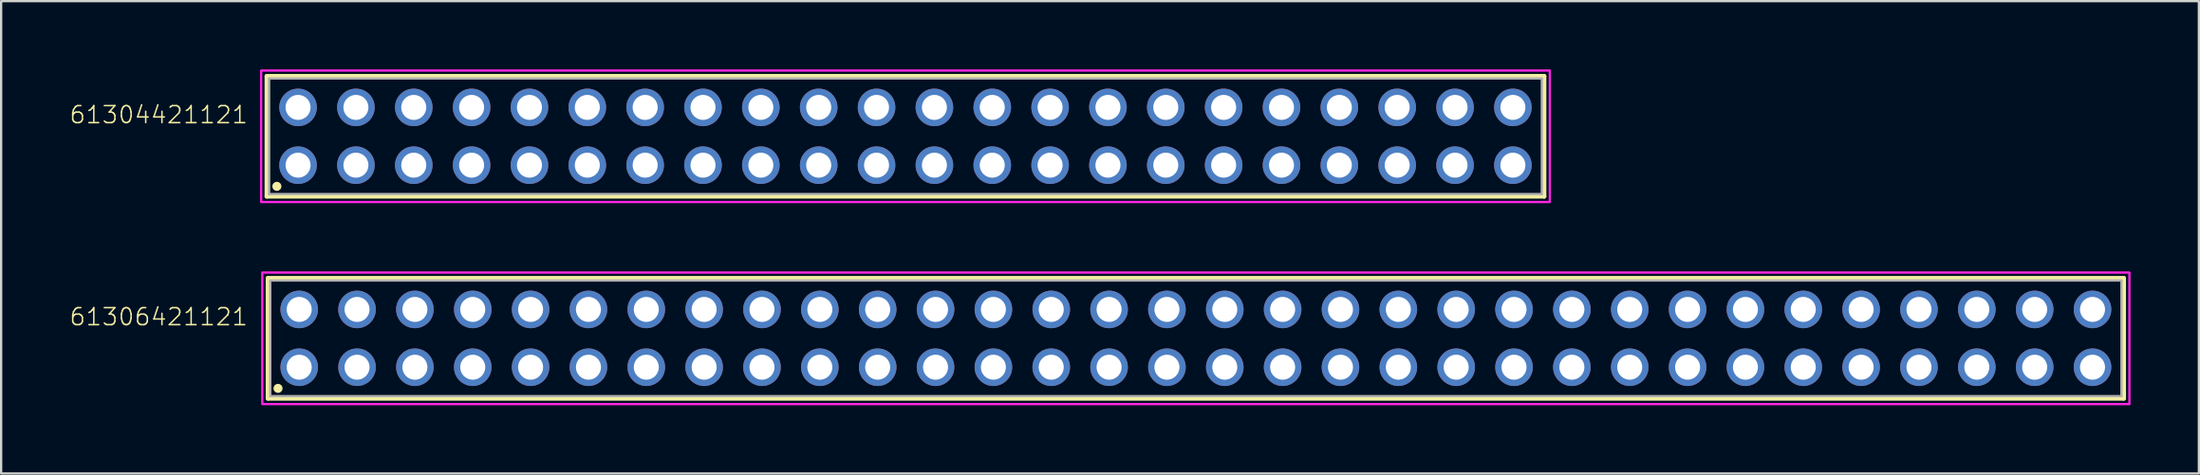
<source format=kicad_pcb>
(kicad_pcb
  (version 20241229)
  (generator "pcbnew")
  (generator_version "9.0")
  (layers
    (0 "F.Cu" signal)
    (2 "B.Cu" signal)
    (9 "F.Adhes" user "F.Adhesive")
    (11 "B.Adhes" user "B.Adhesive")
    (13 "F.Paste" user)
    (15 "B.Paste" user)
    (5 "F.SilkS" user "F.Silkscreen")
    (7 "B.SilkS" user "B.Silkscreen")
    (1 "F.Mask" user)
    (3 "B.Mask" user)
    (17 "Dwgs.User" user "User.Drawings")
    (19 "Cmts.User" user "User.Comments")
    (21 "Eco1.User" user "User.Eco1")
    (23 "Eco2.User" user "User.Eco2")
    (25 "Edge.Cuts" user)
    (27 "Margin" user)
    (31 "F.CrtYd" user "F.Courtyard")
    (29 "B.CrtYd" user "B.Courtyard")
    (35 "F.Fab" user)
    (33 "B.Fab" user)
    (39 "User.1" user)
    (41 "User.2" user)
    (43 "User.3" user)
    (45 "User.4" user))
  (footprint "61304421121"
    (layer "F.Cu")
    (at 36.707 2.94)
    (property "Reference" "61304421121" (at -28.828 -0.506 0) (unlocked yes) (layer "F.SilkS") (effects (font (size 0.748 0.748) (thickness 0.065)) (justify right bottom)))
    (fp_line (start -28.04 -2.64) (end 28.04 -2.64) (stroke (width 0.2) (type solid)) (layer "F.SilkS"))
    (fp_line (start -28.04 2.64) (end -28.04 -2.64) (stroke (width 0.2) (type solid)) (layer "F.SilkS"))
    (fp_line (start 28.04 -2.64) (end 28.04 2.64) (stroke (width 0.2) (type solid)) (layer "F.SilkS"))
    (fp_line (start 28.04 2.64) (end -28.04 2.64) (stroke (width 0.2) (type solid)) (layer "F.SilkS"))
    (fp_circle (center -27.6 2.2) (end -27.5 2.2) (stroke (width 0.2) (type solid)) (fill no) (layer "F.SilkS"))
    (fp_poly (pts (xy 28.29 2.89) (xy -28.29 2.89) (xy -28.29 -2.89) (xy 28.29 -2.89)) (stroke (width 0.1) (type default)) (fill no) (layer "F.CrtYd"))
    (fp_line (start -27.94 -2.54) (end 27.94 -2.54) (stroke (width 0.1) (type solid)) (layer "F.Fab"))
    (fp_line (start -27.94 2.54) (end -27.94 -2.54) (stroke (width 0.1) (type solid)) (layer "F.Fab"))
    (fp_line (start 27.94 -2.54) (end 27.94 2.54) (stroke (width 0.1) (type solid)) (layer "F.Fab"))
    (fp_line (start 27.94 2.54) (end -27.94 2.54) (stroke (width 0.1) (type solid)) (layer "F.Fab"))
    (pad "1" thru_hole circle (at -26.67 1.27 90) (size 1.65 1.65) (drill 1.1) (layers "*.Cu" "*.Mask"))
    (pad "2" thru_hole circle (at -26.67 -1.27 270) (size 1.65 1.65) (drill 1.1) (layers "*.Cu" "*.Mask"))
    (pad "3" thru_hole circle (at -24.13 1.27 90) (size 1.65 1.65) (drill 1.1) (layers "*.Cu" "*.Mask"))
    (pad "4" thru_hole circle (at -24.13 -1.27 270) (size 1.65 1.65) (drill 1.1) (layers "*.Cu" "*.Mask"))
    (pad "5" thru_hole circle (at -21.59 1.27 90) (size 1.65 1.65) (drill 1.1) (layers "*.Cu" "*.Mask"))
    (pad "6" thru_hole circle (at -21.59 -1.27 270) (size 1.65 1.65) (drill 1.1) (layers "*.Cu" "*.Mask"))
    (pad "7" thru_hole circle (at -19.05 1.27 90) (size 1.65 1.65) (drill 1.1) (layers "*.Cu" "*.Mask"))
    (pad "8" thru_hole circle (at -19.05 -1.27 270) (size 1.65 1.65) (drill 1.1) (layers "*.Cu" "*.Mask"))
    (pad "9" thru_hole circle (at -16.51 1.27 90) (size 1.65 1.65) (drill 1.1) (layers "*.Cu" "*.Mask"))
    (pad "10" thru_hole circle (at -16.51 -1.27 270) (size 1.65 1.65) (drill 1.1) (layers "*.Cu" "*.Mask"))
    (pad "11" thru_hole circle (at -13.97 1.27 90) (size 1.65 1.65) (drill 1.1) (layers "*.Cu" "*.Mask"))
    (pad "12" thru_hole circle (at -13.97 -1.27 270) (size 1.65 1.65) (drill 1.1) (layers "*.Cu" "*.Mask"))
    (pad "13" thru_hole circle (at -11.43 1.27 90) (size 1.65 1.65) (drill 1.1) (layers "*.Cu" "*.Mask"))
    (pad "14" thru_hole circle (at -11.43 -1.27 270) (size 1.65 1.65) (drill 1.1) (layers "*.Cu" "*.Mask"))
    (pad "15" thru_hole circle (at -8.89 1.27 90) (size 1.65 1.65) (drill 1.1) (layers "*.Cu" "*.Mask"))
    (pad "16" thru_hole circle (at -8.89 -1.27 270) (size 1.65 1.65) (drill 1.1) (layers "*.Cu" "*.Mask"))
    (pad "17" thru_hole circle (at -6.35 1.27 90) (size 1.65 1.65) (drill 1.1) (layers "*.Cu" "*.Mask"))
    (pad "18" thru_hole circle (at -6.35 -1.27 270) (size 1.65 1.65) (drill 1.1) (layers "*.Cu" "*.Mask"))
    (pad "19" thru_hole circle (at -3.81 1.27 90) (size 1.65 1.65) (drill 1.1) (layers "*.Cu" "*.Mask"))
    (pad "20" thru_hole circle (at -3.81 -1.27 270) (size 1.65 1.65) (drill 1.1) (layers "*.Cu" "*.Mask"))
    (pad "21" thru_hole circle (at -1.27 1.27 90) (size 1.65 1.65) (drill 1.1) (layers "*.Cu" "*.Mask"))
    (pad "22" thru_hole circle (at -1.27 -1.27 270) (size 1.65 1.65) (drill 1.1) (layers "*.Cu" "*.Mask"))
    (pad "23" thru_hole circle (at 1.27 1.27 90) (size 1.65 1.65) (drill 1.1) (layers "*.Cu" "*.Mask"))
    (pad "24" thru_hole circle (at 1.27 -1.27 270) (size 1.65 1.65) (drill 1.1) (layers "*.Cu" "*.Mask"))
    (pad "25" thru_hole circle (at 3.81 1.27 90) (size 1.65 1.65) (drill 1.1) (layers "*.Cu" "*.Mask"))
    (pad "26" thru_hole circle (at 3.81 -1.27 270) (size 1.65 1.65) (drill 1.1) (layers "*.Cu" "*.Mask"))
    (pad "27" thru_hole circle (at 6.35 1.27 90) (size 1.65 1.65) (drill 1.1) (layers "*.Cu" "*.Mask"))
    (pad "28" thru_hole circle (at 6.35 -1.27 270) (size 1.65 1.65) (drill 1.1) (layers "*.Cu" "*.Mask"))
    (pad "29" thru_hole circle (at 8.89 1.27 90) (size 1.65 1.65) (drill 1.1) (layers "*.Cu" "*.Mask"))
    (pad "30" thru_hole circle (at 8.89 -1.27 270) (size 1.65 1.65) (drill 1.1) (layers "*.Cu" "*.Mask"))
    (pad "31" thru_hole circle (at 11.43 1.27 90) (size 1.65 1.65) (drill 1.1) (layers "*.Cu" "*.Mask"))
    (pad "32" thru_hole circle (at 11.43 -1.27 270) (size 1.65 1.65) (drill 1.1) (layers "*.Cu" "*.Mask"))
    (pad "33" thru_hole circle (at 13.97 1.27 90) (size 1.65 1.65) (drill 1.1) (layers "*.Cu" "*.Mask"))
    (pad "34" thru_hole circle (at 13.97 -1.27 270) (size 1.65 1.65) (drill 1.1) (layers "*.Cu" "*.Mask"))
    (pad "35" thru_hole circle (at 16.51 1.27 90) (size 1.65 1.65) (drill 1.1) (layers "*.Cu" "*.Mask"))
    (pad "36" thru_hole circle (at 16.51 -1.27 270) (size 1.65 1.65) (drill 1.1) (layers "*.Cu" "*.Mask"))
    (pad "37" thru_hole circle (at 19.05 1.27 90) (size 1.65 1.65) (drill 1.1) (layers "*.Cu" "*.Mask"))
    (pad "38" thru_hole circle (at 19.05 -1.27 270) (size 1.65 1.65) (drill 1.1) (layers "*.Cu" "*.Mask"))
    (pad "39" thru_hole circle (at 21.59 1.27 90) (size 1.65 1.65) (drill 1.1) (layers "*.Cu" "*.Mask"))
    (pad "40" thru_hole circle (at 21.59 -1.27 270) (size 1.65 1.65) (drill 1.1) (layers "*.Cu" "*.Mask"))
    (pad "41" thru_hole circle (at 24.13 1.27 90) (size 1.65 1.65) (drill 1.1) (layers "*.Cu" "*.Mask"))
    (pad "42" thru_hole circle (at 24.13 -1.27 270) (size 1.65 1.65) (drill 1.1) (layers "*.Cu" "*.Mask"))
    (pad "43" thru_hole circle (at 26.67 1.27 90) (size 1.65 1.65) (drill 1.1) (layers "*.Cu" "*.Mask"))
    (pad "44" thru_hole circle (at 26.67 -1.27 270) (size 1.65 1.65) (drill 1.1) (layers "*.Cu" "*.Mask")))
  (footprint "61306421121"
    (layer "F.Cu")
    (at 49.457 11.82)
    (property "Reference" "61306421121" (at -41.578 -0.506 0) (unlocked yes) (layer "F.SilkS") (effects (font (size 0.748 0.748) (thickness 0.065)) (justify right bottom)))
    (fp_line (start -40.74 -2.64) (end 40.74 -2.64) (stroke (width 0.2) (type solid)) (layer "F.SilkS"))
    (fp_line (start -40.74 2.64) (end -40.74 -2.64) (stroke (width 0.2) (type solid)) (layer "F.SilkS"))
    (fp_line (start 40.74 -2.64) (end 40.74 2.64) (stroke (width 0.2) (type solid)) (layer "F.SilkS"))
    (fp_line (start 40.74 2.64) (end -40.74 2.64) (stroke (width 0.2) (type solid)) (layer "F.SilkS"))
    (fp_circle (center -40.3 2.2) (end -40.2 2.2) (stroke (width 0.2) (type solid)) (fill no) (layer "F.SilkS"))
    (fp_poly (pts (xy 40.99 2.89) (xy -40.99 2.89) (xy -40.99 -2.89) (xy 40.99 -2.89)) (stroke (width 0.1) (type default)) (fill no) (layer "F.CrtYd"))
    (fp_line (start -40.64 -2.54) (end 40.64 -2.54) (stroke (width 0.1) (type solid)) (layer "F.Fab"))
    (fp_line (start -40.64 2.54) (end -40.64 -2.54) (stroke (width 0.1) (type solid)) (layer "F.Fab"))
    (fp_line (start 40.64 -2.54) (end 40.64 2.54) (stroke (width 0.1) (type solid)) (layer "F.Fab"))
    (fp_line (start 40.64 2.54) (end -40.64 2.54) (stroke (width 0.1) (type solid)) (layer "F.Fab"))
    (pad "1" thru_hole circle (at -39.37 1.27 180) (size 1.65 1.65) (drill 1.1) (layers "*.Cu" "*.Mask"))
    (pad "2" thru_hole circle (at -39.37 -1.27 180) (size 1.65 1.65) (drill 1.1) (layers "*.Cu" "*.Mask"))
    (pad "3" thru_hole circle (at -36.83 1.27 180) (size 1.65 1.65) (drill 1.1) (layers "*.Cu" "*.Mask"))
    (pad "4" thru_hole circle (at -36.83 -1.27 180) (size 1.65 1.65) (drill 1.1) (layers "*.Cu" "*.Mask"))
    (pad "5" thru_hole circle (at -34.29 1.27 180) (size 1.65 1.65) (drill 1.1) (layers "*.Cu" "*.Mask"))
    (pad "6" thru_hole circle (at -34.29 -1.27 180) (size 1.65 1.65) (drill 1.1) (layers "*.Cu" "*.Mask"))
    (pad "7" thru_hole circle (at -31.75 1.27 180) (size 1.65 1.65) (drill 1.1) (layers "*.Cu" "*.Mask"))
    (pad "8" thru_hole circle (at -31.75 -1.27 180) (size 1.65 1.65) (drill 1.1) (layers "*.Cu" "*.Mask"))
    (pad "9" thru_hole circle (at -29.21 1.27 180) (size 1.65 1.65) (drill 1.1) (layers "*.Cu" "*.Mask"))
    (pad "10" thru_hole circle (at -29.21 -1.27 180) (size 1.65 1.65) (drill 1.1) (layers "*.Cu" "*.Mask"))
    (pad "11" thru_hole circle (at -26.67 1.27 180) (size 1.65 1.65) (drill 1.1) (layers "*.Cu" "*.Mask"))
    (pad "12" thru_hole circle (at -26.67 -1.27 180) (size 1.65 1.65) (drill 1.1) (layers "*.Cu" "*.Mask"))
    (pad "13" thru_hole circle (at -24.13 1.27 180) (size 1.65 1.65) (drill 1.1) (layers "*.Cu" "*.Mask"))
    (pad "14" thru_hole circle (at -24.13 -1.27 180) (size 1.65 1.65) (drill 1.1) (layers "*.Cu" "*.Mask"))
    (pad "15" thru_hole circle (at -21.59 1.27 180) (size 1.65 1.65) (drill 1.1) (layers "*.Cu" "*.Mask"))
    (pad "16" thru_hole circle (at -21.59 -1.27 180) (size 1.65 1.65) (drill 1.1) (layers "*.Cu" "*.Mask"))
    (pad "17" thru_hole circle (at -19.05 1.27 180) (size 1.65 1.65) (drill 1.1) (layers "*.Cu" "*.Mask"))
    (pad "18" thru_hole circle (at -19.05 -1.27 180) (size 1.65 1.65) (drill 1.1) (layers "*.Cu" "*.Mask"))
    (pad "19" thru_hole circle (at -16.51 1.27 180) (size 1.65 1.65) (drill 1.1) (layers "*.Cu" "*.Mask"))
    (pad "20" thru_hole circle (at -16.51 -1.27 180) (size 1.65 1.65) (drill 1.1) (layers "*.Cu" "*.Mask"))
    (pad "21" thru_hole circle (at -13.97 1.27 180) (size 1.65 1.65) (drill 1.1) (layers "*.Cu" "*.Mask"))
    (pad "22" thru_hole circle (at -13.97 -1.27 180) (size 1.65 1.65) (drill 1.1) (layers "*.Cu" "*.Mask"))
    (pad "23" thru_hole circle (at -11.43 1.27 180) (size 1.65 1.65) (drill 1.1) (layers "*.Cu" "*.Mask"))
    (pad "24" thru_hole circle (at -11.43 -1.27 180) (size 1.65 1.65) (drill 1.1) (layers "*.Cu" "*.Mask"))
    (pad "25" thru_hole circle (at -8.89 1.27 180) (size 1.65 1.65) (drill 1.1) (layers "*.Cu" "*.Mask"))
    (pad "26" thru_hole circle (at -8.89 -1.27 180) (size 1.65 1.65) (drill 1.1) (layers "*.Cu" "*.Mask"))
    (pad "27" thru_hole circle (at -6.35 1.27 180) (size 1.65 1.65) (drill 1.1) (layers "*.Cu" "*.Mask"))
    (pad "28" thru_hole circle (at -6.35 -1.27 180) (size 1.65 1.65) (drill 1.1) (layers "*.Cu" "*.Mask"))
    (pad "29" thru_hole circle (at -3.81 1.27 180) (size 1.65 1.65) (drill 1.1) (layers "*.Cu" "*.Mask"))
    (pad "30" thru_hole circle (at -3.81 -1.27 180) (size 1.65 1.65) (drill 1.1) (layers "*.Cu" "*.Mask"))
    (pad "31" thru_hole circle (at -1.27 1.27 180) (size 1.65 1.65) (drill 1.1) (layers "*.Cu" "*.Mask"))
    (pad "32" thru_hole circle (at -1.27 -1.27 180) (size 1.65 1.65) (drill 1.1) (layers "*.Cu" "*.Mask"))
    (pad "33" thru_hole circle (at 1.27 1.27 180) (size 1.65 1.65) (drill 1.1) (layers "*.Cu" "*.Mask"))
    (pad "34" thru_hole circle (at 1.27 -1.27 180) (size 1.65 1.65) (drill 1.1) (layers "*.Cu" "*.Mask"))
    (pad "35" thru_hole circle (at 3.81 1.27 180) (size 1.65 1.65) (drill 1.1) (layers "*.Cu" "*.Mask"))
    (pad "36" thru_hole circle (at 3.81 -1.27 180) (size 1.65 1.65) (drill 1.1) (layers "*.Cu" "*.Mask"))
    (pad "37" thru_hole circle (at 6.35 1.27 180) (size 1.65 1.65) (drill 1.1) (layers "*.Cu" "*.Mask"))
    (pad "38" thru_hole circle (at 6.35 -1.27 180) (size 1.65 1.65) (drill 1.1) (layers "*.Cu" "*.Mask"))
    (pad "39" thru_hole circle (at 8.89 1.27 180) (size 1.65 1.65) (drill 1.1) (layers "*.Cu" "*.Mask"))
    (pad "40" thru_hole circle (at 8.89 -1.27 180) (size 1.65 1.65) (drill 1.1) (layers "*.Cu" "*.Mask"))
    (pad "41" thru_hole circle (at 11.43 1.27 180) (size 1.65 1.65) (drill 1.1) (layers "*.Cu" "*.Mask"))
    (pad "42" thru_hole circle (at 11.43 -1.27 180) (size 1.65 1.65) (drill 1.1) (layers "*.Cu" "*.Mask"))
    (pad "43" thru_hole circle (at 13.97 1.27 180) (size 1.65 1.65) (drill 1.1) (layers "*.Cu" "*.Mask"))
    (pad "44" thru_hole circle (at 13.97 -1.27 180) (size 1.65 1.65) (drill 1.1) (layers "*.Cu" "*.Mask"))
    (pad "45" thru_hole circle (at 16.51 1.27 180) (size 1.65 1.65) (drill 1.1) (layers "*.Cu" "*.Mask"))
    (pad "46" thru_hole circle (at 16.51 -1.27 180) (size 1.65 1.65) (drill 1.1) (layers "*.Cu" "*.Mask"))
    (pad "47" thru_hole circle (at 19.05 1.27 180) (size 1.65 1.65) (drill 1.1) (layers "*.Cu" "*.Mask"))
    (pad "48" thru_hole circle (at 19.05 -1.27 180) (size 1.65 1.65) (drill 1.1) (layers "*.Cu" "*.Mask"))
    (pad "49" thru_hole circle (at 21.59 1.27 180) (size 1.65 1.65) (drill 1.1) (layers "*.Cu" "*.Mask"))
    (pad "50" thru_hole circle (at 21.59 -1.27 180) (size 1.65 1.65) (drill 1.1) (layers "*.Cu" "*.Mask"))
    (pad "51" thru_hole circle (at 24.13 1.27 180) (size 1.65 1.65) (drill 1.1) (layers "*.Cu" "*.Mask"))
    (pad "52" thru_hole circle (at 24.13 -1.27 180) (size 1.65 1.65) (drill 1.1) (layers "*.Cu" "*.Mask"))
    (pad "53" thru_hole circle (at 26.67 1.27 180) (size 1.65 1.65) (drill 1.1) (layers "*.Cu" "*.Mask"))
    (pad "54" thru_hole circle (at 26.67 -1.27 180) (size 1.65 1.65) (drill 1.1) (layers "*.Cu" "*.Mask"))
    (pad "55" thru_hole circle (at 29.21 1.27 180) (size 1.65 1.65) (drill 1.1) (layers "*.Cu" "*.Mask"))
    (pad "56" thru_hole circle (at 29.21 -1.27 180) (size 1.65 1.65) (drill 1.1) (layers "*.Cu" "*.Mask"))
    (pad "57" thru_hole circle (at 31.75 1.27 180) (size 1.65 1.65) (drill 1.1) (layers "*.Cu" "*.Mask"))
    (pad "58" thru_hole circle (at 31.75 -1.27 180) (size 1.65 1.65) (drill 1.1) (layers "*.Cu" "*.Mask"))
    (pad "59" thru_hole circle (at 34.29 1.27 180) (size 1.65 1.65) (drill 1.1) (layers "*.Cu" "*.Mask"))
    (pad "60" thru_hole circle (at 34.29 -1.27 180) (size 1.65 1.65) (drill 1.1) (layers "*.Cu" "*.Mask"))
    (pad "61" thru_hole circle (at 36.83 1.27 180) (size 1.65 1.65) (drill 1.1) (layers "*.Cu" "*.Mask"))
    (pad "62" thru_hole circle (at 36.83 -1.27 180) (size 1.65 1.65) (drill 1.1) (layers "*.Cu" "*.Mask"))
    (pad "63" thru_hole circle (at 39.37 1.27 180) (size 1.65 1.65) (drill 1.1) (layers "*.Cu" "*.Mask"))
    (pad "64" thru_hole circle (at 39.37 -1.27 180) (size 1.65 1.65) (drill 1.1) (layers "*.Cu" "*.Mask")))
  (gr_rect
    (start -3 -3)
    (end 93.497 17.76)
    (stroke (width 0.1) (type default))
    (fill no)
    (layer "Edge.Cuts")))
</source>
